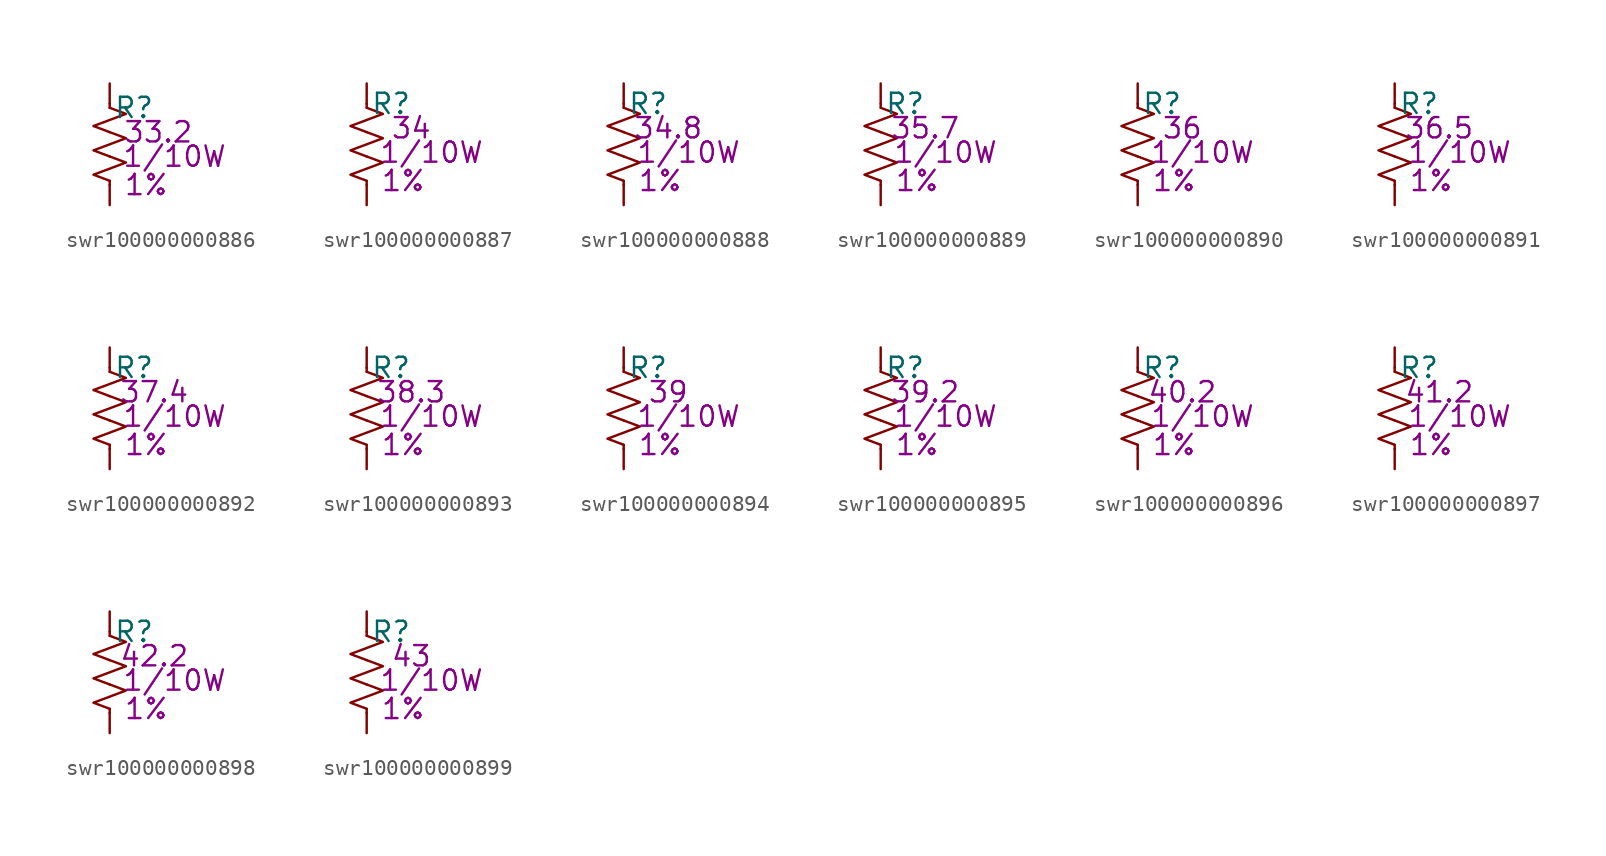
<source format=kicad_sym>
(kicad_symbol_lib
  (version 20211014)
  (generator kicad_symbol_editor)
  (symbol "swr100000000886"
    (pin_numbers hide)
    (pin_names
      (offset 1.016))
    (property "Reference" "R"
      (at 1.524 2.286 0)
      (effects (font (size 1.27 1.27))))
    (property "PartValue" "33.2"
      (at 3.048 0.762 0)
      (effects (font (size 1.27 1.27))))
    (property "Tolerance" "1%"
      (at 2.286 -2.54 0)
      (effects (font (size 1.27 1.27))))
    (property "Wattage" "1/10W"
      (at 4.064 -0.762 0)
      (effects (font (size 1.27 1.27))))
    (symbol "swr100000000886_1_1"
      (polyline (pts (xy 0 -2.286) (xy 0 -2.54)) (stroke (width 0) (type default) (color 0 0 0 0)) (fill (type none)))
      (polyline (pts (xy 0 2.286) (xy 0 2.54)) (stroke (width 0) (type default) (color 0 0 0 0)) (fill (type none)))
      (polyline (pts (xy 0 -0.762) (xy 1.016 -1.143) (xy 0 -1.524) (xy -1.016 -1.905) (xy 0 -2.286)) (stroke (width 0) (type default) (color 0 0 0 0)) (fill (type none)))
      (polyline (pts (xy 0 0.762) (xy 1.016 0.381) (xy 0 0) (xy -1.016 -0.381) (xy 0 -0.762)) (stroke (width 0) (type default) (color 0 0 0 0)) (fill (type none)))
      (polyline (pts (xy 0 2.286) (xy 1.016 1.905) (xy 0 1.524) (xy -1.016 1.143) (xy 0 0.762)) (stroke (width 0) (type default) (color 0 0 0 0)) (fill (type none)))
      (pin passive line (at 0 3.81 270) (length 1.27) (name "~" (effects (font (size 1.27 1.27)))) (number "1" (effects (font (size 1.27 1.27)))))
      (pin passive line (at 0 -3.81 90) (length 1.27) (name "~" (effects (font (size 1.27 1.27)))) (number "2" (effects (font (size 1.27 1.27)))))))
  (symbol "swr100000000887"
    (pin_numbers hide)
    (pin_names
      (offset 1.016))
    (property "Reference" "R"
      (at 1.524 2.54 0)
      (effects (font (size 1.27 1.27))))
    (property "Tolerance" "1%"
      (at 2.286 -2.286 0)
      (effects (font (size 1.27 1.27))))
    (property "Wattage" "1/10W"
      (at 4.064 -0.508 0)
      (effects (font (size 1.27 1.27))))
    (property "PartValue" "34"
      (at 2.794 1.016 0)
      (effects (font (size 1.27 1.27))))
    (symbol "swr100000000887_1_1"
      (polyline (pts (xy 0 -2.286) (xy 0 -2.54)) (stroke (width 0) (type default) (color 0 0 0 0)) (fill (type none)))
      (polyline (pts (xy 0 2.286) (xy 0 2.54)) (stroke (width 0) (type default) (color 0 0 0 0)) (fill (type none)))
      (polyline (pts (xy 0 -0.762) (xy 1.016 -1.143) (xy 0 -1.524) (xy -1.016 -1.905) (xy 0 -2.286)) (stroke (width 0) (type default) (color 0 0 0 0)) (fill (type none)))
      (polyline (pts (xy 0 0.762) (xy 1.016 0.381) (xy 0 0) (xy -1.016 -0.381) (xy 0 -0.762)) (stroke (width 0) (type default) (color 0 0 0 0)) (fill (type none)))
      (polyline (pts (xy 0 2.286) (xy 1.016 1.905) (xy 0 1.524) (xy -1.016 1.143) (xy 0 0.762)) (stroke (width 0) (type default) (color 0 0 0 0)) (fill (type none)))
      (pin passive line (at 0 3.81 270) (length 1.27) (name "~" (effects (font (size 1.27 1.27)))) (number "1" (effects (font (size 1.27 1.27)))))
      (pin passive line (at 0 -3.81 90) (length 1.27) (name "~" (effects (font (size 1.27 1.27)))) (number "2" (effects (font (size 1.27 1.27)))))))
  (symbol "swr100000000888"
    (pin_numbers hide)
    (pin_names
      (offset 1.016))
    (property "Reference" "R"
      (at 1.524 2.54 0)
      (effects (font (size 1.27 1.27))))
    (property "Tolerance" "1%"
      (at 2.286 -2.286 0)
      (effects (font (size 1.27 1.27))))
    (property "Wattage" "1/10W"
      (at 4.064 -0.508 0)
      (effects (font (size 1.27 1.27))))
    (property "PartValue" "34.8"
      (at 2.794 1.016 0)
      (effects (font (size 1.27 1.27))))
    (symbol "swr100000000888_1_1"
      (polyline (pts (xy 0 -2.286) (xy 0 -2.54)) (stroke (width 0) (type default) (color 0 0 0 0)) (fill (type none)))
      (polyline (pts (xy 0 2.286) (xy 0 2.54)) (stroke (width 0) (type default) (color 0 0 0 0)) (fill (type none)))
      (polyline (pts (xy 0 -0.762) (xy 1.016 -1.143) (xy 0 -1.524) (xy -1.016 -1.905) (xy 0 -2.286)) (stroke (width 0) (type default) (color 0 0 0 0)) (fill (type none)))
      (polyline (pts (xy 0 0.762) (xy 1.016 0.381) (xy 0 0) (xy -1.016 -0.381) (xy 0 -0.762)) (stroke (width 0) (type default) (color 0 0 0 0)) (fill (type none)))
      (polyline (pts (xy 0 2.286) (xy 1.016 1.905) (xy 0 1.524) (xy -1.016 1.143) (xy 0 0.762)) (stroke (width 0) (type default) (color 0 0 0 0)) (fill (type none)))
      (pin passive line (at 0 3.81 270) (length 1.27) (name "~" (effects (font (size 1.27 1.27)))) (number "1" (effects (font (size 1.27 1.27)))))
      (pin passive line (at 0 -3.81 90) (length 1.27) (name "~" (effects (font (size 1.27 1.27)))) (number "2" (effects (font (size 1.27 1.27)))))))
  (symbol "swr100000000889"
    (pin_numbers hide)
    (pin_names
      (offset 1.016))
    (property "Reference" "R"
      (at 1.524 2.54 0)
      (effects (font (size 1.27 1.27))))
    (property "Tolerance" "1%"
      (at 2.286 -2.286 0)
      (effects (font (size 1.27 1.27))))
    (property "Wattage" "1/10W"
      (at 4.064 -0.508 0)
      (effects (font (size 1.27 1.27))))
    (property "PartValue" "35.7"
      (at 2.794 1.016 0)
      (effects (font (size 1.27 1.27))))
    (symbol "swr100000000889_1_1"
      (polyline (pts (xy 0 -2.286) (xy 0 -2.54)) (stroke (width 0) (type default) (color 0 0 0 0)) (fill (type none)))
      (polyline (pts (xy 0 2.286) (xy 0 2.54)) (stroke (width 0) (type default) (color 0 0 0 0)) (fill (type none)))
      (polyline (pts (xy 0 -0.762) (xy 1.016 -1.143) (xy 0 -1.524) (xy -1.016 -1.905) (xy 0 -2.286)) (stroke (width 0) (type default) (color 0 0 0 0)) (fill (type none)))
      (polyline (pts (xy 0 0.762) (xy 1.016 0.381) (xy 0 0) (xy -1.016 -0.381) (xy 0 -0.762)) (stroke (width 0) (type default) (color 0 0 0 0)) (fill (type none)))
      (polyline (pts (xy 0 2.286) (xy 1.016 1.905) (xy 0 1.524) (xy -1.016 1.143) (xy 0 0.762)) (stroke (width 0) (type default) (color 0 0 0 0)) (fill (type none)))
      (pin passive line (at 0 3.81 270) (length 1.27) (name "~" (effects (font (size 1.27 1.27)))) (number "1" (effects (font (size 1.27 1.27)))))
      (pin passive line (at 0 -3.81 90) (length 1.27) (name "~" (effects (font (size 1.27 1.27)))) (number "2" (effects (font (size 1.27 1.27)))))))
  (symbol "swr100000000890"
    (pin_numbers hide)
    (pin_names
      (offset 1.016))
    (property "Reference" "R"
      (at 1.524 2.54 0)
      (effects (font (size 1.27 1.27))))
    (property "Tolerance" "1%"
      (at 2.286 -2.286 0)
      (effects (font (size 1.27 1.27))))
    (property "Wattage" "1/10W"
      (at 4.064 -0.508 0)
      (effects (font (size 1.27 1.27))))
    (property "PartValue" "36"
      (at 2.794 1.016 0)
      (effects (font (size 1.27 1.27))))
    (symbol "swr100000000890_1_1"
      (polyline (pts (xy 0 -2.286) (xy 0 -2.54)) (stroke (width 0) (type default) (color 0 0 0 0)) (fill (type none)))
      (polyline (pts (xy 0 2.286) (xy 0 2.54)) (stroke (width 0) (type default) (color 0 0 0 0)) (fill (type none)))
      (polyline (pts (xy 0 -0.762) (xy 1.016 -1.143) (xy 0 -1.524) (xy -1.016 -1.905) (xy 0 -2.286)) (stroke (width 0) (type default) (color 0 0 0 0)) (fill (type none)))
      (polyline (pts (xy 0 0.762) (xy 1.016 0.381) (xy 0 0) (xy -1.016 -0.381) (xy 0 -0.762)) (stroke (width 0) (type default) (color 0 0 0 0)) (fill (type none)))
      (polyline (pts (xy 0 2.286) (xy 1.016 1.905) (xy 0 1.524) (xy -1.016 1.143) (xy 0 0.762)) (stroke (width 0) (type default) (color 0 0 0 0)) (fill (type none)))
      (pin passive line (at 0 3.81 270) (length 1.27) (name "~" (effects (font (size 1.27 1.27)))) (number "1" (effects (font (size 1.27 1.27)))))
      (pin passive line (at 0 -3.81 90) (length 1.27) (name "~" (effects (font (size 1.27 1.27)))) (number "2" (effects (font (size 1.27 1.27)))))))
  (symbol "swr100000000891"
    (pin_numbers hide)
    (pin_names
      (offset 1.016))
    (property "Reference" "R"
      (at 1.524 2.54 0)
      (effects (font (size 1.27 1.27))))
    (property "Tolerance" "1%"
      (at 2.286 -2.286 0)
      (effects (font (size 1.27 1.27))))
    (property "Wattage" "1/10W"
      (at 4.064 -0.508 0)
      (effects (font (size 1.27 1.27))))
    (property "PartValue" "36.5"
      (at 2.794 1.016 0)
      (effects (font (size 1.27 1.27))))
    (symbol "swr100000000891_1_1"
      (polyline (pts (xy 0 -2.286) (xy 0 -2.54)) (stroke (width 0) (type default) (color 0 0 0 0)) (fill (type none)))
      (polyline (pts (xy 0 2.286) (xy 0 2.54)) (stroke (width 0) (type default) (color 0 0 0 0)) (fill (type none)))
      (polyline (pts (xy 0 -0.762) (xy 1.016 -1.143) (xy 0 -1.524) (xy -1.016 -1.905) (xy 0 -2.286)) (stroke (width 0) (type default) (color 0 0 0 0)) (fill (type none)))
      (polyline (pts (xy 0 0.762) (xy 1.016 0.381) (xy 0 0) (xy -1.016 -0.381) (xy 0 -0.762)) (stroke (width 0) (type default) (color 0 0 0 0)) (fill (type none)))
      (polyline (pts (xy 0 2.286) (xy 1.016 1.905) (xy 0 1.524) (xy -1.016 1.143) (xy 0 0.762)) (stroke (width 0) (type default) (color 0 0 0 0)) (fill (type none)))
      (pin passive line (at 0 3.81 270) (length 1.27) (name "~" (effects (font (size 1.27 1.27)))) (number "1" (effects (font (size 1.27 1.27)))))
      (pin passive line (at 0 -3.81 90) (length 1.27) (name "~" (effects (font (size 1.27 1.27)))) (number "2" (effects (font (size 1.27 1.27)))))))
  (symbol "swr100000000892"
    (pin_numbers hide)
    (pin_names
      (offset 1.016))
    (property "Reference" "R"
      (at 1.524 2.54 0)
      (effects (font (size 1.27 1.27))))
    (property "Tolerance" "1%"
      (at 2.286 -2.286 0)
      (effects (font (size 1.27 1.27))))
    (property "Wattage" "1/10W"
      (at 4.064 -0.508 0)
      (effects (font (size 1.27 1.27))))
    (property "PartValue" "37.4"
      (at 2.794 1.016 0)
      (effects (font (size 1.27 1.27))))
    (symbol "swr100000000892_1_1"
      (polyline (pts (xy 0 -2.286) (xy 0 -2.54)) (stroke (width 0) (type default) (color 0 0 0 0)) (fill (type none)))
      (polyline (pts (xy 0 2.286) (xy 0 2.54)) (stroke (width 0) (type default) (color 0 0 0 0)) (fill (type none)))
      (polyline (pts (xy 0 -0.762) (xy 1.016 -1.143) (xy 0 -1.524) (xy -1.016 -1.905) (xy 0 -2.286)) (stroke (width 0) (type default) (color 0 0 0 0)) (fill (type none)))
      (polyline (pts (xy 0 0.762) (xy 1.016 0.381) (xy 0 0) (xy -1.016 -0.381) (xy 0 -0.762)) (stroke (width 0) (type default) (color 0 0 0 0)) (fill (type none)))
      (polyline (pts (xy 0 2.286) (xy 1.016 1.905) (xy 0 1.524) (xy -1.016 1.143) (xy 0 0.762)) (stroke (width 0) (type default) (color 0 0 0 0)) (fill (type none)))
      (pin passive line (at 0 3.81 270) (length 1.27) (name "~" (effects (font (size 1.27 1.27)))) (number "1" (effects (font (size 1.27 1.27)))))
      (pin passive line (at 0 -3.81 90) (length 1.27) (name "~" (effects (font (size 1.27 1.27)))) (number "2" (effects (font (size 1.27 1.27)))))))
  (symbol "swr100000000893"
    (pin_numbers hide)
    (pin_names
      (offset 1.016))
    (property "Reference" "R"
      (at 1.524 2.54 0)
      (effects (font (size 1.27 1.27))))
    (property "Tolerance" "1%"
      (at 2.286 -2.286 0)
      (effects (font (size 1.27 1.27))))
    (property "Wattage" "1/10W"
      (at 4.064 -0.508 0)
      (effects (font (size 1.27 1.27))))
    (property "PartValue" "38.3"
      (at 2.794 1.016 0)
      (effects (font (size 1.27 1.27))))
    (symbol "swr100000000893_1_1"
      (polyline (pts (xy 0 -2.286) (xy 0 -2.54)) (stroke (width 0) (type default) (color 0 0 0 0)) (fill (type none)))
      (polyline (pts (xy 0 2.286) (xy 0 2.54)) (stroke (width 0) (type default) (color 0 0 0 0)) (fill (type none)))
      (polyline (pts (xy 0 -0.762) (xy 1.016 -1.143) (xy 0 -1.524) (xy -1.016 -1.905) (xy 0 -2.286)) (stroke (width 0) (type default) (color 0 0 0 0)) (fill (type none)))
      (polyline (pts (xy 0 0.762) (xy 1.016 0.381) (xy 0 0) (xy -1.016 -0.381) (xy 0 -0.762)) (stroke (width 0) (type default) (color 0 0 0 0)) (fill (type none)))
      (polyline (pts (xy 0 2.286) (xy 1.016 1.905) (xy 0 1.524) (xy -1.016 1.143) (xy 0 0.762)) (stroke (width 0) (type default) (color 0 0 0 0)) (fill (type none)))
      (pin passive line (at 0 3.81 270) (length 1.27) (name "~" (effects (font (size 1.27 1.27)))) (number "1" (effects (font (size 1.27 1.27)))))
      (pin passive line (at 0 -3.81 90) (length 1.27) (name "~" (effects (font (size 1.27 1.27)))) (number "2" (effects (font (size 1.27 1.27)))))))
  (symbol "swr100000000894"
    (pin_numbers hide)
    (pin_names
      (offset 1.016))
    (property "Reference" "R"
      (at 1.524 2.54 0)
      (effects (font (size 1.27 1.27))))
    (property "Tolerance" "1%"
      (at 2.286 -2.286 0)
      (effects (font (size 1.27 1.27))))
    (property "Wattage" "1/10W"
      (at 4.064 -0.508 0)
      (effects (font (size 1.27 1.27))))
    (property "PartValue" "39"
      (at 2.794 1.016 0)
      (effects (font (size 1.27 1.27))))
    (symbol "swr100000000894_1_1"
      (polyline (pts (xy 0 -2.286) (xy 0 -2.54)) (stroke (width 0) (type default) (color 0 0 0 0)) (fill (type none)))
      (polyline (pts (xy 0 2.286) (xy 0 2.54)) (stroke (width 0) (type default) (color 0 0 0 0)) (fill (type none)))
      (polyline (pts (xy 0 -0.762) (xy 1.016 -1.143) (xy 0 -1.524) (xy -1.016 -1.905) (xy 0 -2.286)) (stroke (width 0) (type default) (color 0 0 0 0)) (fill (type none)))
      (polyline (pts (xy 0 0.762) (xy 1.016 0.381) (xy 0 0) (xy -1.016 -0.381) (xy 0 -0.762)) (stroke (width 0) (type default) (color 0 0 0 0)) (fill (type none)))
      (polyline (pts (xy 0 2.286) (xy 1.016 1.905) (xy 0 1.524) (xy -1.016 1.143) (xy 0 0.762)) (stroke (width 0) (type default) (color 0 0 0 0)) (fill (type none)))
      (pin passive line (at 0 3.81 270) (length 1.27) (name "~" (effects (font (size 1.27 1.27)))) (number "1" (effects (font (size 1.27 1.27)))))
      (pin passive line (at 0 -3.81 90) (length 1.27) (name "~" (effects (font (size 1.27 1.27)))) (number "2" (effects (font (size 1.27 1.27)))))))
  (symbol "swr100000000895"
    (pin_numbers hide)
    (pin_names
      (offset 1.016))
    (property "Reference" "R"
      (at 1.524 2.54 0)
      (effects (font (size 1.27 1.27))))
    (property "Tolerance" "1%"
      (at 2.286 -2.286 0)
      (effects (font (size 1.27 1.27))))
    (property "Wattage" "1/10W"
      (at 4.064 -0.508 0)
      (effects (font (size 1.27 1.27))))
    (property "PartValue" "39.2"
      (at 2.794 1.016 0)
      (effects (font (size 1.27 1.27))))
    (symbol "swr100000000895_1_1"
      (polyline (pts (xy 0 -2.286) (xy 0 -2.54)) (stroke (width 0) (type default) (color 0 0 0 0)) (fill (type none)))
      (polyline (pts (xy 0 2.286) (xy 0 2.54)) (stroke (width 0) (type default) (color 0 0 0 0)) (fill (type none)))
      (polyline (pts (xy 0 -0.762) (xy 1.016 -1.143) (xy 0 -1.524) (xy -1.016 -1.905) (xy 0 -2.286)) (stroke (width 0) (type default) (color 0 0 0 0)) (fill (type none)))
      (polyline (pts (xy 0 0.762) (xy 1.016 0.381) (xy 0 0) (xy -1.016 -0.381) (xy 0 -0.762)) (stroke (width 0) (type default) (color 0 0 0 0)) (fill (type none)))
      (polyline (pts (xy 0 2.286) (xy 1.016 1.905) (xy 0 1.524) (xy -1.016 1.143) (xy 0 0.762)) (stroke (width 0) (type default) (color 0 0 0 0)) (fill (type none)))
      (pin passive line (at 0 3.81 270) (length 1.27) (name "~" (effects (font (size 1.27 1.27)))) (number "1" (effects (font (size 1.27 1.27)))))
      (pin passive line (at 0 -3.81 90) (length 1.27) (name "~" (effects (font (size 1.27 1.27)))) (number "2" (effects (font (size 1.27 1.27)))))))
  (symbol "swr100000000896"
    (pin_numbers hide)
    (pin_names
      (offset 1.016))
    (property "Reference" "R"
      (at 1.524 2.54 0)
      (effects (font (size 1.27 1.27))))
    (property "Tolerance" "1%"
      (at 2.286 -2.286 0)
      (effects (font (size 1.27 1.27))))
    (property "Wattage" "1/10W"
      (at 4.064 -0.508 0)
      (effects (font (size 1.27 1.27))))
    (property "PartValue" "40.2"
      (at 2.794 1.016 0)
      (effects (font (size 1.27 1.27))))
    (symbol "swr100000000896_1_1"
      (polyline (pts (xy 0 -2.286) (xy 0 -2.54)) (stroke (width 0) (type default) (color 0 0 0 0)) (fill (type none)))
      (polyline (pts (xy 0 2.286) (xy 0 2.54)) (stroke (width 0) (type default) (color 0 0 0 0)) (fill (type none)))
      (polyline (pts (xy 0 -0.762) (xy 1.016 -1.143) (xy 0 -1.524) (xy -1.016 -1.905) (xy 0 -2.286)) (stroke (width 0) (type default) (color 0 0 0 0)) (fill (type none)))
      (polyline (pts (xy 0 0.762) (xy 1.016 0.381) (xy 0 0) (xy -1.016 -0.381) (xy 0 -0.762)) (stroke (width 0) (type default) (color 0 0 0 0)) (fill (type none)))
      (polyline (pts (xy 0 2.286) (xy 1.016 1.905) (xy 0 1.524) (xy -1.016 1.143) (xy 0 0.762)) (stroke (width 0) (type default) (color 0 0 0 0)) (fill (type none)))
      (pin passive line (at 0 3.81 270) (length 1.27) (name "~" (effects (font (size 1.27 1.27)))) (number "1" (effects (font (size 1.27 1.27)))))
      (pin passive line (at 0 -3.81 90) (length 1.27) (name "~" (effects (font (size 1.27 1.27)))) (number "2" (effects (font (size 1.27 1.27)))))))
  (symbol "swr100000000897"
    (pin_numbers hide)
    (pin_names
      (offset 1.016))
    (property "Reference" "R"
      (at 1.524 2.54 0)
      (effects (font (size 1.27 1.27))))
    (property "Tolerance" "1%"
      (at 2.286 -2.286 0)
      (effects (font (size 1.27 1.27))))
    (property "Wattage" "1/10W"
      (at 4.064 -0.508 0)
      (effects (font (size 1.27 1.27))))
    (property "PartValue" "41.2"
      (at 2.794 1.016 0)
      (effects (font (size 1.27 1.27))))
    (symbol "swr100000000897_1_1"
      (polyline (pts (xy 0 -2.286) (xy 0 -2.54)) (stroke (width 0) (type default) (color 0 0 0 0)) (fill (type none)))
      (polyline (pts (xy 0 2.286) (xy 0 2.54)) (stroke (width 0) (type default) (color 0 0 0 0)) (fill (type none)))
      (polyline (pts (xy 0 -0.762) (xy 1.016 -1.143) (xy 0 -1.524) (xy -1.016 -1.905) (xy 0 -2.286)) (stroke (width 0) (type default) (color 0 0 0 0)) (fill (type none)))
      (polyline (pts (xy 0 0.762) (xy 1.016 0.381) (xy 0 0) (xy -1.016 -0.381) (xy 0 -0.762)) (stroke (width 0) (type default) (color 0 0 0 0)) (fill (type none)))
      (polyline (pts (xy 0 2.286) (xy 1.016 1.905) (xy 0 1.524) (xy -1.016 1.143) (xy 0 0.762)) (stroke (width 0) (type default) (color 0 0 0 0)) (fill (type none)))
      (pin passive line (at 0 3.81 270) (length 1.27) (name "~" (effects (font (size 1.27 1.27)))) (number "1" (effects (font (size 1.27 1.27)))))
      (pin passive line (at 0 -3.81 90) (length 1.27) (name "~" (effects (font (size 1.27 1.27)))) (number "2" (effects (font (size 1.27 1.27)))))))
  (symbol "swr100000000898"
    (pin_numbers hide)
    (pin_names
      (offset 1.016))
    (property "Reference" "R"
      (at 1.524 2.54 0)
      (effects (font (size 1.27 1.27))))
    (property "Tolerance" "1%"
      (at 2.286 -2.286 0)
      (effects (font (size 1.27 1.27))))
    (property "Wattage" "1/10W"
      (at 4.064 -0.508 0)
      (effects (font (size 1.27 1.27))))
    (property "PartValue" "42.2"
      (at 2.794 1.016 0)
      (effects (font (size 1.27 1.27))))
    (symbol "swr100000000898_1_1"
      (polyline (pts (xy 0 -2.286) (xy 0 -2.54)) (stroke (width 0) (type default) (color 0 0 0 0)) (fill (type none)))
      (polyline (pts (xy 0 2.286) (xy 0 2.54)) (stroke (width 0) (type default) (color 0 0 0 0)) (fill (type none)))
      (polyline (pts (xy 0 -0.762) (xy 1.016 -1.143) (xy 0 -1.524) (xy -1.016 -1.905) (xy 0 -2.286)) (stroke (width 0) (type default) (color 0 0 0 0)) (fill (type none)))
      (polyline (pts (xy 0 0.762) (xy 1.016 0.381) (xy 0 0) (xy -1.016 -0.381) (xy 0 -0.762)) (stroke (width 0) (type default) (color 0 0 0 0)) (fill (type none)))
      (polyline (pts (xy 0 2.286) (xy 1.016 1.905) (xy 0 1.524) (xy -1.016 1.143) (xy 0 0.762)) (stroke (width 0) (type default) (color 0 0 0 0)) (fill (type none)))
      (pin passive line (at 0 3.81 270) (length 1.27) (name "~" (effects (font (size 1.27 1.27)))) (number "1" (effects (font (size 1.27 1.27)))))
      (pin passive line (at 0 -3.81 90) (length 1.27) (name "~" (effects (font (size 1.27 1.27)))) (number "2" (effects (font (size 1.27 1.27)))))))
  (symbol "swr100000000899"
    (pin_numbers hide)
    (pin_names
      (offset 1.016))
    (property "Reference" "R"
      (at 1.524 2.54 0)
      (effects (font (size 1.27 1.27))))
    (property "Tolerance" "1%"
      (at 2.286 -2.286 0)
      (effects (font (size 1.27 1.27))))
    (property "Wattage" "1/10W"
      (at 4.064 -0.508 0)
      (effects (font (size 1.27 1.27))))
    (property "PartValue" "43"
      (at 2.794 1.016 0)
      (effects (font (size 1.27 1.27))))
    (symbol "swr100000000899_1_1"
      (polyline (pts (xy 0 -2.286) (xy 0 -2.54)) (stroke (width 0) (type default) (color 0 0 0 0)) (fill (type none)))
      (polyline (pts (xy 0 2.286) (xy 0 2.54)) (stroke (width 0) (type default) (color 0 0 0 0)) (fill (type none)))
      (polyline (pts (xy 0 -0.762) (xy 1.016 -1.143) (xy 0 -1.524) (xy -1.016 -1.905) (xy 0 -2.286)) (stroke (width 0) (type default) (color 0 0 0 0)) (fill (type none)))
      (polyline (pts (xy 0 0.762) (xy 1.016 0.381) (xy 0 0) (xy -1.016 -0.381) (xy 0 -0.762)) (stroke (width 0) (type default) (color 0 0 0 0)) (fill (type none)))
      (polyline (pts (xy 0 2.286) (xy 1.016 1.905) (xy 0 1.524) (xy -1.016 1.143) (xy 0 0.762)) (stroke (width 0) (type default) (color 0 0 0 0)) (fill (type none)))
      (pin passive line (at 0 3.81 270) (length 1.27) (name "~" (effects (font (size 1.27 1.27)))) (number "1" (effects (font (size 1.27 1.27)))))
      (pin passive line (at 0 -3.81 90) (length 1.27) (name "~" (effects (font (size 1.27 1.27)))) (number "2" (effects (font (size 1.27 1.27))))))))
</source>
